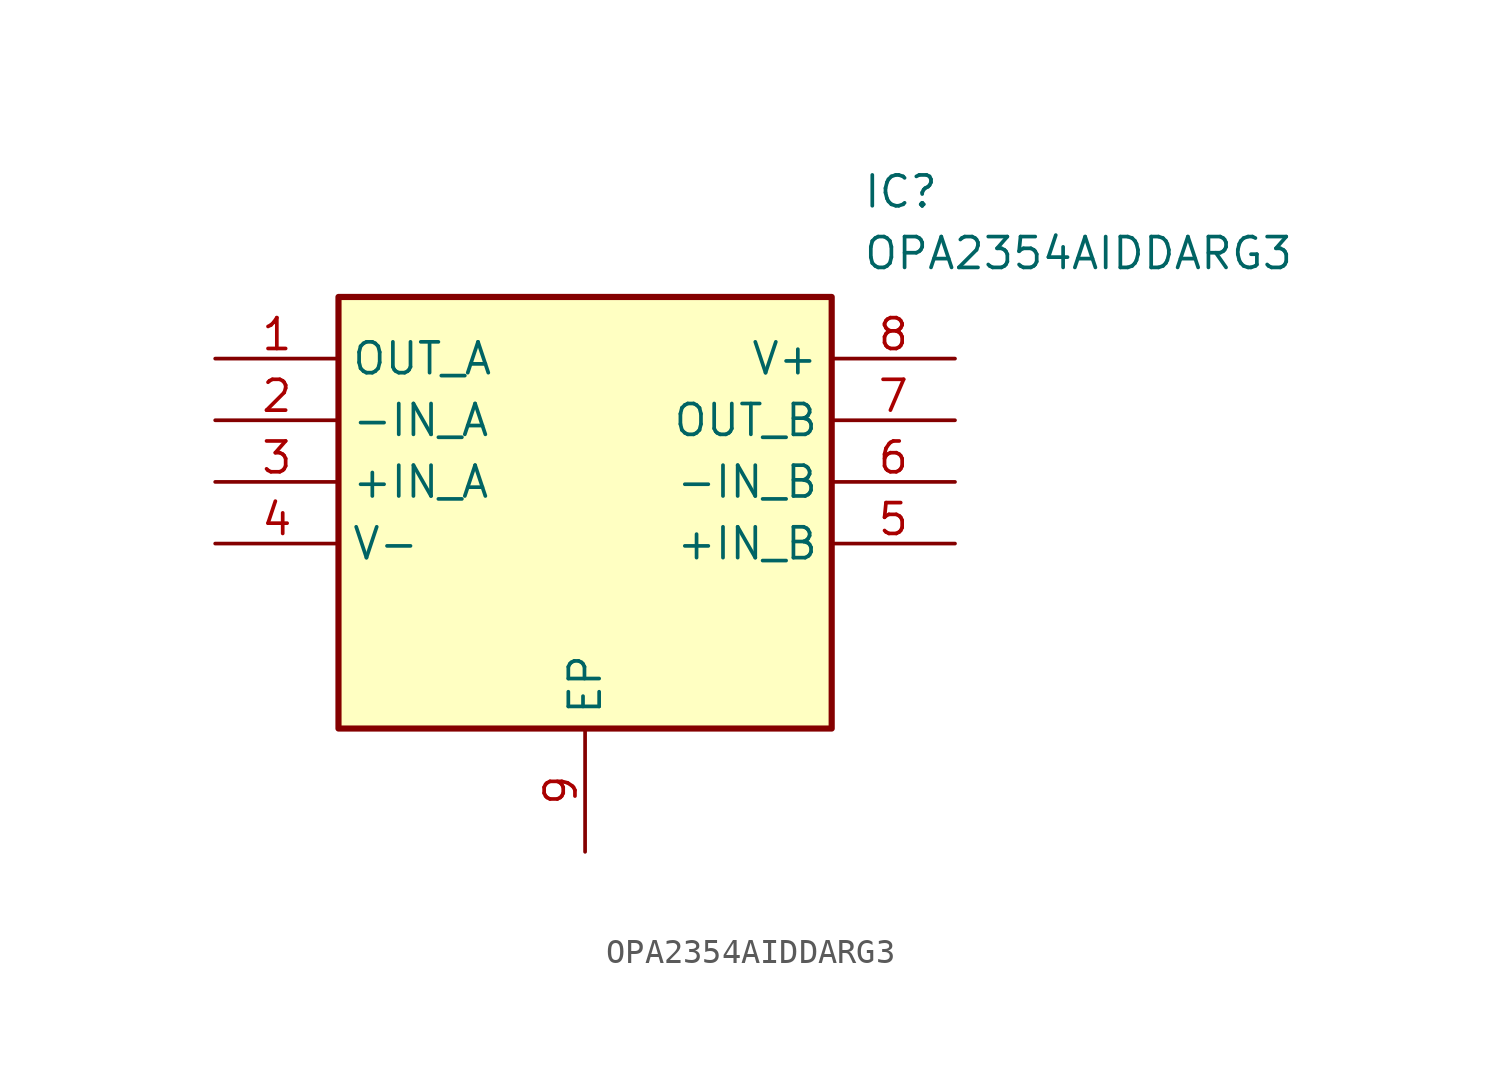
<source format=kicad_sym>
(kicad_symbol_lib
  (version 20211014)
  (generator SamacSys_ECAD_Model)
  (symbol "OPA2354AIDDARG3"
    (property "Reference" "IC"
      (at 26.67 7.62 0)
      (effects (font (size 1.27 1.27)) (justify left top)))
    (property "Value" "OPA2354AIDDARG3"
      (at 26.67 5.08 0)
      (effects (font (size 1.27 1.27)) (justify left top)))
    (rectangle
      (start 5.08 2.54)
      (end 25.4 -15.24)
      (stroke (width 0.254) (type default))
      (fill (type background)))
    (pin passive line
      (at 0 0 0)
      (length 5.08)
      (name "OUT_A" (effects (font (size 1.27 1.27))))
      (number "1" (effects (font (size 1.27 1.27)))))
    (pin passive line
      (at 0 -2.54 0)
      (length 5.08)
      (name "-IN_A" (effects (font (size 1.27 1.27))))
      (number "2" (effects (font (size 1.27 1.27)))))
    (pin passive line
      (at 0 -5.08 0)
      (length 5.08)
      (name "+IN_A" (effects (font (size 1.27 1.27))))
      (number "3" (effects (font (size 1.27 1.27)))))
    (pin passive line
      (at 0 -7.62 0)
      (length 5.08)
      (name "V-" (effects (font (size 1.27 1.27))))
      (number "4" (effects (font (size 1.27 1.27)))))
    (pin passive line
      (at 15.24 -20.32 90)
      (length 5.08)
      (name "EP" (effects (font (size 1.27 1.27))))
      (number "9" (effects (font (size 1.27 1.27)))))
    (pin passive line
      (at 30.48 0 180)
      (length 5.08)
      (name "V+" (effects (font (size 1.27 1.27))))
      (number "8" (effects (font (size 1.27 1.27)))))
    (pin passive line
      (at 30.48 -2.54 180)
      (length 5.08)
      (name "OUT_B" (effects (font (size 1.27 1.27))))
      (number "7" (effects (font (size 1.27 1.27)))))
    (pin passive line
      (at 30.48 -5.08 180)
      (length 5.08)
      (name "-IN_B" (effects (font (size 1.27 1.27))))
      (number "6" (effects (font (size 1.27 1.27)))))
    (pin passive line
      (at 30.48 -7.62 180)
      (length 5.08)
      (name "+IN_B" (effects (font (size 1.27 1.27))))
      (number "5" (effects (font (size 1.27 1.27)))))))
</source>
